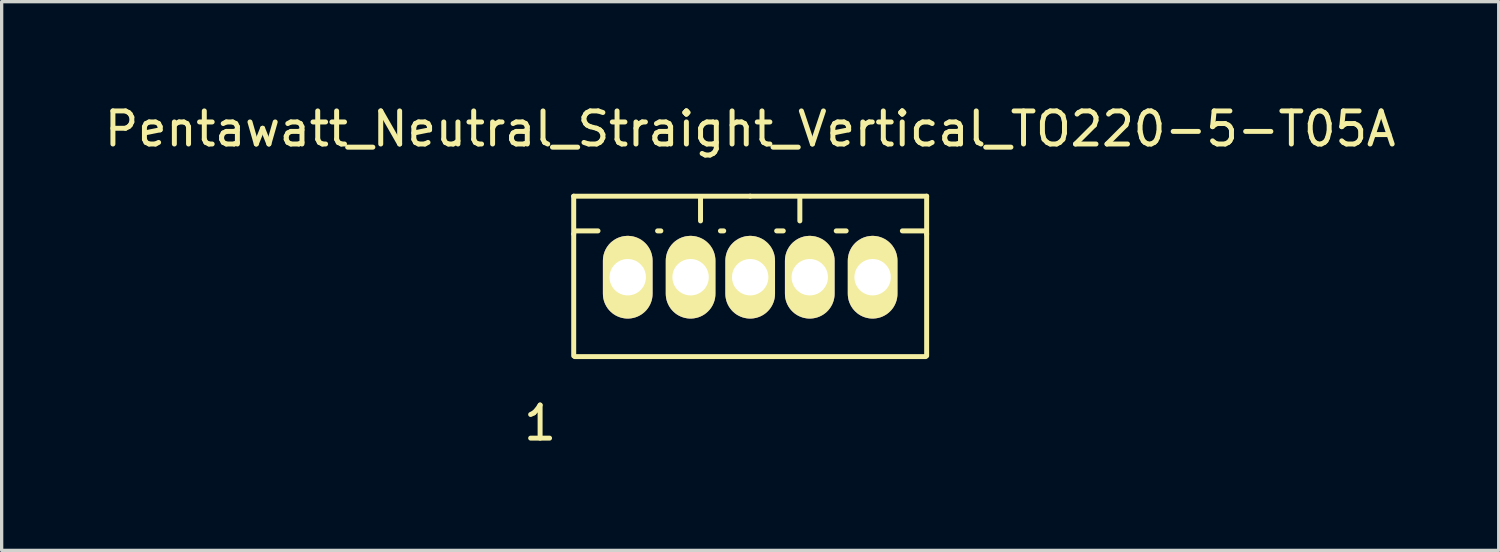
<source format=kicad_pcb>
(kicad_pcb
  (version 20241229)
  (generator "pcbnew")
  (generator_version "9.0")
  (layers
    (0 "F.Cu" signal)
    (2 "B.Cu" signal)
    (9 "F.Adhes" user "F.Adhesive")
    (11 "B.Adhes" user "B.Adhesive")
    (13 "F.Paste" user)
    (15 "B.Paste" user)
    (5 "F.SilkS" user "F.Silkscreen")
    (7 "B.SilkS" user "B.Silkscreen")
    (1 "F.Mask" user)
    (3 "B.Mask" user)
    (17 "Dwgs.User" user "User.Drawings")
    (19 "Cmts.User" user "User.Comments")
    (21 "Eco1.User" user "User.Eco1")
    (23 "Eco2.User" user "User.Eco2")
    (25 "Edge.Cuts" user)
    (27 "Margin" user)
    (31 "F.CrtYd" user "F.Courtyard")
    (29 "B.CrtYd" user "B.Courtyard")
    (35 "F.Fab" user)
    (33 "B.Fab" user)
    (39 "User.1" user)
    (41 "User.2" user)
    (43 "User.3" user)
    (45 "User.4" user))
  (footprint "Pentawatt_Neutral_Straight_Vertical_TO220-5-T05A"
    (layer "F.Cu")
    (at 19.625 5.928)
    (property "Reference" "Pentawatt_Neutral_Straight_Vertical_TO220-5-T05A" (at 0 -5.08 0) (layer "F.SilkS") (effects (font (size 1 1) (thickness 0.15))))
    (attr through_hole)
    (fp_line (start -5.334 -1.905) (end -5.334 -3.048) (stroke (width 0.15) (type solid)) (layer "F.SilkS"))
    (fp_line (start -5.334 1.778) (end -5.334 -1.905) (stroke (width 0.15) (type solid)) (layer "F.SilkS"))
    (fp_line (start -5.301 -1.999) (end -4.6 -1.999) (stroke (width 0.15) (type solid)) (layer "F.SilkS"))
    (fp_line (start -5.301 1.801) (end 5.301 1.801) (stroke (width 0.15) (type solid)) (layer "F.SilkS"))
    (fp_line (start -2.799 -1.999) (end -2.7 -1.999) (stroke (width 0.15) (type solid)) (layer "F.SilkS"))
    (fp_line (start -1.501 -3) (end -1.501 -2.301) (stroke (width 0.15) (type solid)) (layer "F.SilkS"))
    (fp_line (start -0.899 -1.999) (end -0.8 -1.999) (stroke (width 0.15) (type solid)) (layer "F.SilkS"))
    (fp_line (start 0 -3.048) (end -5.334 -3.048) (stroke (width 0.15) (type solid)) (layer "F.SilkS"))
    (fp_line (start 0 -3.048) (end 5.334 -3.048) (stroke (width 0.15) (type solid)) (layer "F.SilkS"))
    (fp_line (start 0.8 -1.999) (end 1.001 -1.999) (stroke (width 0.15) (type solid)) (layer "F.SilkS"))
    (fp_line (start 1.501 -3) (end 1.501 -2.301) (stroke (width 0.15) (type solid)) (layer "F.SilkS"))
    (fp_line (start 2.601 -1.999) (end 2.901 -1.999) (stroke (width 0.15) (type solid)) (layer "F.SilkS"))
    (fp_line (start 4.6 -1.999) (end 5.301 -1.999) (stroke (width 0.15) (type solid)) (layer "F.SilkS"))
    (fp_line (start 5.334 -3.048) (end 5.334 -1.905) (stroke (width 0.15) (type solid)) (layer "F.SilkS"))
    (fp_line (start 5.334 -1.905) (end 5.334 1.778) (stroke (width 0.15) (type solid)) (layer "F.SilkS"))
    (fp_text user "1" (at -6.35 3.81 0) (layer "F.SilkS") (effects (font (size 1 1) (thickness 0.15))))
    (pad "1" thru_hole oval (at -3.701 -0.599 90) (size 2.499 1.501) (drill 1.1) (layers "*.Cu" "*.Mask" "F.SilkS"))
    (pad "2" thru_hole oval (at -1.801 -0.599 90) (size 2.499 1.501) (drill 1.1) (layers "*.Cu" "*.Mask" "F.SilkS"))
    (pad "3" thru_hole oval (at 0 -0.599 90) (size 2.499 1.501) (drill 1.1) (layers "*.Cu" "*.Mask" "F.SilkS"))
    (pad "4" thru_hole oval (at 1.801 -0.599 90) (size 2.499 1.501) (drill 1.1) (layers "*.Cu" "*.Mask" "F.SilkS"))
    (pad "5" thru_hole oval (at 3.701 -0.599 90) (size 2.499 1.501) (drill 1.1) (layers "*.Cu" "*.Mask" "F.SilkS")))
  (gr_rect
    (start -3 -3)
    (end 42.25 13.586)
    (stroke (width 0.1) (type default))
    (fill no)
    (layer "Edge.Cuts")))
</source>
